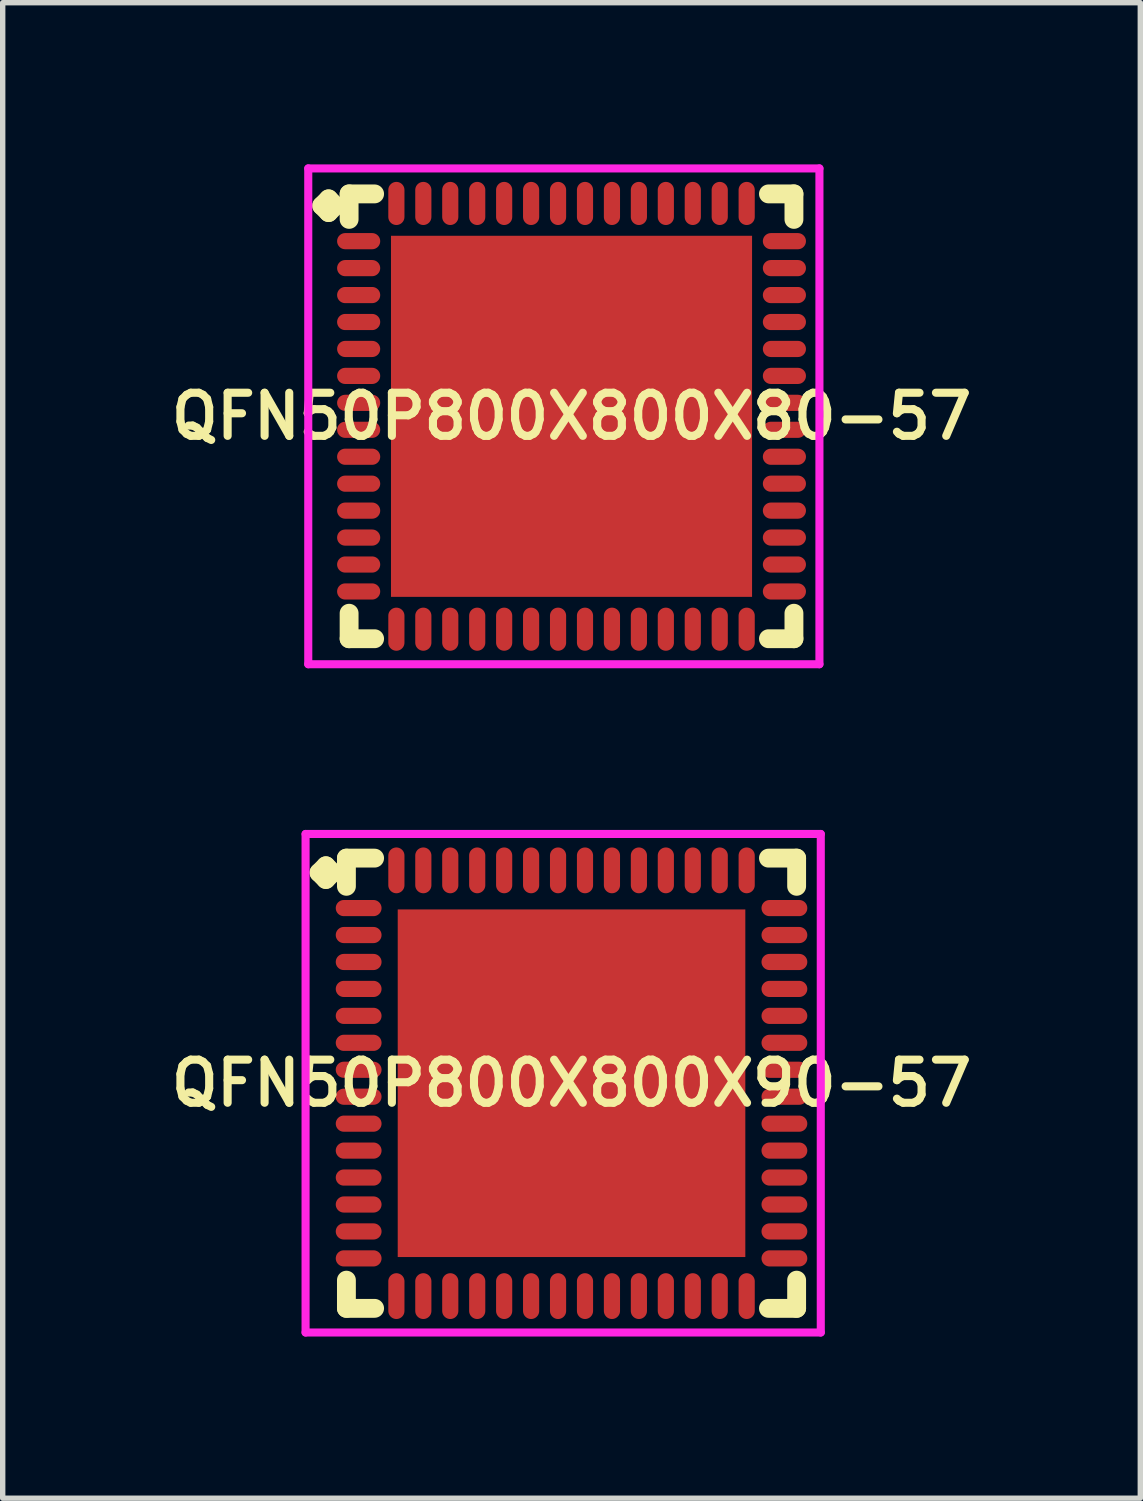
<source format=kicad_pcb>
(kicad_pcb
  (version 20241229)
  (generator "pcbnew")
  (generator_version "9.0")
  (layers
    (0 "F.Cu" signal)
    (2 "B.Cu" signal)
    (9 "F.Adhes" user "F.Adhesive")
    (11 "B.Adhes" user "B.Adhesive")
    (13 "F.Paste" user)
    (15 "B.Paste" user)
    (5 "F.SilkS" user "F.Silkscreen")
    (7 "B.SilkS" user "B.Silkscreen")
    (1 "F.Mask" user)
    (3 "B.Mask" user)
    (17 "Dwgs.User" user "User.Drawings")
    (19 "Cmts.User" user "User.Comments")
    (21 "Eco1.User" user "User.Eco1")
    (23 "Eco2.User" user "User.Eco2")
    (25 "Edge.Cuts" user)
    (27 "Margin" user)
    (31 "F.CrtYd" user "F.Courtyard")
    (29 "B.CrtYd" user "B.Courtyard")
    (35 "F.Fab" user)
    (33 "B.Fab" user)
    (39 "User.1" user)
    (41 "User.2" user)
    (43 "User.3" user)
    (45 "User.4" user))
  (footprint "QFN50P800X800X90-57"
    (layer "F.Cu")
    (at 7.555 17.05)
    (property "Reference" "QFN50P800X800X90-57" (at 0 0 0) (layer "F.SilkS") (effects (font (size 0.8 0.8) (thickness 0.15))))
    (attr smd)
    (fp_line (start -4.685 -3.908) (end -4.558 -4.035) (stroke (width 0.35) (type solid)) (layer "F.SilkS"))
    (fp_line (start -4.558 -4.035) (end -4.431 -3.908) (stroke (width 0.35) (type solid)) (layer "F.SilkS"))
    (fp_line (start -4.558 -3.781) (end -4.685 -3.908) (stroke (width 0.35) (type solid)) (layer "F.SilkS"))
    (fp_line (start -4.431 -3.908) (end -4.558 -3.781) (stroke (width 0.35) (type solid)) (layer "F.SilkS"))
    (fp_line (start -4.177 -4.177) (end -3.654 -4.177) (stroke (width 0.35) (type solid)) (layer "F.SilkS"))
    (fp_line (start -4.177 -3.654) (end -4.177 -4.177) (stroke (width 0.35) (type solid)) (layer "F.SilkS"))
    (fp_line (start -4.177 3.654) (end -4.177 4.177) (stroke (width 0.35) (type solid)) (layer "F.SilkS"))
    (fp_line (start -4.177 4.177) (end -3.654 4.177) (stroke (width 0.35) (type solid)) (layer "F.SilkS"))
    (fp_line (start 3.654 -4.177) (end 4.177 -4.177) (stroke (width 0.35) (type solid)) (layer "F.SilkS"))
    (fp_line (start 3.654 4.177) (end 4.177 4.177) (stroke (width 0.35) (type solid)) (layer "F.SilkS"))
    (fp_line (start 4.177 -4.177) (end 4.177 -3.654) (stroke (width 0.35) (type solid)) (layer "F.SilkS"))
    (fp_line (start 4.177 4.177) (end 4.177 3.654) (stroke (width 0.35) (type solid)) (layer "F.SilkS"))
    (fp_line (start -4.935 -4.625) (end 4.625 -4.625) (stroke (width 0.15) (type solid)) (layer "F.CrtYd"))
    (fp_line (start -4.935 4.625) (end -4.935 -4.625) (stroke (width 0.15) (type solid)) (layer "F.CrtYd"))
    (fp_line (start 4.625 -4.625) (end 4.625 4.625) (stroke (width 0.15) (type solid)) (layer "F.CrtYd"))
    (fp_line (start 4.625 4.625) (end -4.935 4.625) (stroke (width 0.15) (type solid)) (layer "F.CrtYd"))
    (pad "1" smd oval (at -3.95 -3.25) (size 0.85 0.3) (layers "F.Cu" "F.Mask" "F.Paste"))
    (pad "2" smd oval (at -3.95 -2.75) (size 0.85 0.3) (layers "F.Cu" "F.Mask" "F.Paste"))
    (pad "3" smd oval (at -3.95 -2.25) (size 0.85 0.3) (layers "F.Cu" "F.Mask" "F.Paste"))
    (pad "4" smd oval (at -3.95 -1.75) (size 0.85 0.3) (layers "F.Cu" "F.Mask" "F.Paste"))
    (pad "5" smd oval (at -3.95 -1.25) (size 0.85 0.3) (layers "F.Cu" "F.Mask" "F.Paste"))
    (pad "6" smd oval (at -3.95 -0.75) (size 0.85 0.3) (layers "F.Cu" "F.Mask" "F.Paste"))
    (pad "7" smd oval (at -3.95 -0.25) (size 0.85 0.3) (layers "F.Cu" "F.Mask" "F.Paste"))
    (pad "8" smd oval (at -3.95 0.25) (size 0.85 0.3) (layers "F.Cu" "F.Mask" "F.Paste"))
    (pad "9" smd oval (at -3.95 0.75) (size 0.85 0.3) (layers "F.Cu" "F.Mask" "F.Paste"))
    (pad "10" smd oval (at -3.95 1.25) (size 0.85 0.3) (layers "F.Cu" "F.Mask" "F.Paste"))
    (pad "11" smd oval (at -3.95 1.75) (size 0.85 0.3) (layers "F.Cu" "F.Mask" "F.Paste"))
    (pad "12" smd oval (at -3.95 2.25) (size 0.85 0.3) (layers "F.Cu" "F.Mask" "F.Paste"))
    (pad "13" smd oval (at -3.95 2.75) (size 0.85 0.3) (layers "F.Cu" "F.Mask" "F.Paste"))
    (pad "14" smd oval (at -3.95 3.25) (size 0.85 0.3) (layers "F.Cu" "F.Mask" "F.Paste"))
    (pad "15" smd oval (at -3.25 3.95) (size 0.3 0.85) (layers "F.Cu" "F.Mask" "F.Paste"))
    (pad "16" smd oval (at -2.75 3.95) (size 0.3 0.85) (layers "F.Cu" "F.Mask" "F.Paste"))
    (pad "17" smd oval (at -2.25 3.95) (size 0.3 0.85) (layers "F.Cu" "F.Mask" "F.Paste"))
    (pad "18" smd oval (at -1.75 3.95) (size 0.3 0.85) (layers "F.Cu" "F.Mask" "F.Paste"))
    (pad "19" smd oval (at -1.25 3.95) (size 0.3 0.85) (layers "F.Cu" "F.Mask" "F.Paste"))
    (pad "20" smd oval (at -0.75 3.95) (size 0.3 0.85) (layers "F.Cu" "F.Mask" "F.Paste"))
    (pad "21" smd oval (at -0.25 3.95) (size 0.3 0.85) (layers "F.Cu" "F.Mask" "F.Paste"))
    (pad "22" smd oval (at 0.25 3.95) (size 0.3 0.85) (layers "F.Cu" "F.Mask" "F.Paste"))
    (pad "23" smd oval (at 0.75 3.95) (size 0.3 0.85) (layers "F.Cu" "F.Mask" "F.Paste"))
    (pad "24" smd oval (at 1.25 3.95) (size 0.3 0.85) (layers "F.Cu" "F.Mask" "F.Paste"))
    (pad "25" smd oval (at 1.75 3.95) (size 0.3 0.85) (layers "F.Cu" "F.Mask" "F.Paste"))
    (pad "26" smd oval (at 2.25 3.95) (size 0.3 0.85) (layers "F.Cu" "F.Mask" "F.Paste"))
    (pad "27" smd oval (at 2.75 3.95) (size 0.3 0.85) (layers "F.Cu" "F.Mask" "F.Paste"))
    (pad "28" smd oval (at 3.25 3.95) (size 0.3 0.85) (layers "F.Cu" "F.Mask" "F.Paste"))
    (pad "29" smd oval (at 3.95 3.25) (size 0.85 0.3) (layers "F.Cu" "F.Mask" "F.Paste"))
    (pad "30" smd oval (at 3.95 2.75) (size 0.85 0.3) (layers "F.Cu" "F.Mask" "F.Paste"))
    (pad "31" smd oval (at 3.95 2.25) (size 0.85 0.3) (layers "F.Cu" "F.Mask" "F.Paste"))
    (pad "32" smd oval (at 3.95 1.75) (size 0.85 0.3) (layers "F.Cu" "F.Mask" "F.Paste"))
    (pad "33" smd oval (at 3.95 1.25) (size 0.85 0.3) (layers "F.Cu" "F.Mask" "F.Paste"))
    (pad "34" smd oval (at 3.95 0.75) (size 0.85 0.3) (layers "F.Cu" "F.Mask" "F.Paste"))
    (pad "35" smd oval (at 3.95 0.25) (size 0.85 0.3) (layers "F.Cu" "F.Mask" "F.Paste"))
    (pad "36" smd oval (at 3.95 -0.25) (size 0.85 0.3) (layers "F.Cu" "F.Mask" "F.Paste"))
    (pad "37" smd oval (at 3.95 -0.75) (size 0.85 0.3) (layers "F.Cu" "F.Mask" "F.Paste"))
    (pad "38" smd oval (at 3.95 -1.25) (size 0.85 0.3) (layers "F.Cu" "F.Mask" "F.Paste"))
    (pad "39" smd oval (at 3.95 -1.75) (size 0.85 0.3) (layers "F.Cu" "F.Mask" "F.Paste"))
    (pad "40" smd oval (at 3.95 -2.25) (size 0.85 0.3) (layers "F.Cu" "F.Mask" "F.Paste"))
    (pad "41" smd oval (at 3.95 -2.75) (size 0.85 0.3) (layers "F.Cu" "F.Mask" "F.Paste"))
    (pad "42" smd oval (at 3.95 -3.25) (size 0.85 0.3) (layers "F.Cu" "F.Mask" "F.Paste"))
    (pad "43" smd oval (at 3.25 -3.95) (size 0.3 0.85) (layers "F.Cu" "F.Mask" "F.Paste"))
    (pad "44" smd oval (at 2.75 -3.95) (size 0.3 0.85) (layers "F.Cu" "F.Mask" "F.Paste"))
    (pad "45" smd oval (at 2.25 -3.95) (size 0.3 0.85) (layers "F.Cu" "F.Mask" "F.Paste"))
    (pad "46" smd oval (at 1.75 -3.95) (size 0.3 0.85) (layers "F.Cu" "F.Mask" "F.Paste"))
    (pad "47" smd oval (at 1.25 -3.95) (size 0.3 0.85) (layers "F.Cu" "F.Mask" "F.Paste"))
    (pad "48" smd oval (at 0.75 -3.95) (size 0.3 0.85) (layers "F.Cu" "F.Mask" "F.Paste"))
    (pad "49" smd oval (at 0.25 -3.95) (size 0.3 0.85) (layers "F.Cu" "F.Mask" "F.Paste"))
    (pad "50" smd oval (at -0.25 -3.95) (size 0.3 0.85) (layers "F.Cu" "F.Mask" "F.Paste"))
    (pad "51" smd oval (at -0.75 -3.95) (size 0.3 0.85) (layers "F.Cu" "F.Mask" "F.Paste"))
    (pad "52" smd oval (at -1.25 -3.95) (size 0.3 0.85) (layers "F.Cu" "F.Mask" "F.Paste"))
    (pad "53" smd oval (at -1.75 -3.95) (size 0.3 0.85) (layers "F.Cu" "F.Mask" "F.Paste"))
    (pad "54" smd oval (at -2.25 -3.95) (size 0.3 0.85) (layers "F.Cu" "F.Mask" "F.Paste"))
    (pad "55" smd oval (at -2.75 -3.95) (size 0.3 0.85) (layers "F.Cu" "F.Mask" "F.Paste"))
    (pad "56" smd oval (at -3.25 -3.95) (size 0.3 0.85) (layers "F.Cu" "F.Mask" "F.Paste"))
    (pad "57" smd rect (at 0 0) (size 6.45 6.45) (layers "F.Cu" "F.Mask" "F.Paste")))
  (footprint "QFN50P800X800X80-57"
    (layer "F.Cu")
    (at 7.555 4.675)
    (property "Reference" "QFN50P800X800X80-57" (at 0 0 0) (layer "F.SilkS") (effects (font (size 0.8 0.8) (thickness 0.15))))
    (attr smd)
    (fp_line (start -4.635 -3.908) (end -4.508 -4.035) (stroke (width 0.35) (type solid)) (layer "F.SilkS"))
    (fp_line (start -4.508 -4.035) (end -4.381 -3.908) (stroke (width 0.35) (type solid)) (layer "F.SilkS"))
    (fp_line (start -4.508 -3.781) (end -4.635 -3.908) (stroke (width 0.35) (type solid)) (layer "F.SilkS"))
    (fp_line (start -4.381 -3.908) (end -4.508 -3.781) (stroke (width 0.35) (type solid)) (layer "F.SilkS"))
    (fp_line (start -4.127 -4.127) (end -3.654 -4.127) (stroke (width 0.35) (type solid)) (layer "F.SilkS"))
    (fp_line (start -4.127 -3.654) (end -4.127 -4.127) (stroke (width 0.35) (type solid)) (layer "F.SilkS"))
    (fp_line (start -4.127 3.654) (end -4.127 4.127) (stroke (width 0.35) (type solid)) (layer "F.SilkS"))
    (fp_line (start -4.127 4.127) (end -3.654 4.127) (stroke (width 0.35) (type solid)) (layer "F.SilkS"))
    (fp_line (start 3.654 -4.127) (end 4.127 -4.127) (stroke (width 0.35) (type solid)) (layer "F.SilkS"))
    (fp_line (start 3.654 4.127) (end 4.127 4.127) (stroke (width 0.35) (type solid)) (layer "F.SilkS"))
    (fp_line (start 4.127 -4.127) (end 4.127 -3.654) (stroke (width 0.35) (type solid)) (layer "F.SilkS"))
    (fp_line (start 4.127 4.127) (end 4.127 3.654) (stroke (width 0.35) (type solid)) (layer "F.SilkS"))
    (fp_line (start -4.885 -4.6) (end 4.6 -4.6) (stroke (width 0.15) (type solid)) (layer "F.CrtYd"))
    (fp_line (start -4.885 4.6) (end -4.885 -4.6) (stroke (width 0.15) (type solid)) (layer "F.CrtYd"))
    (fp_line (start 4.6 -4.6) (end 4.6 4.6) (stroke (width 0.15) (type solid)) (layer "F.CrtYd"))
    (fp_line (start 4.6 4.6) (end -4.885 4.6) (stroke (width 0.15) (type solid)) (layer "F.CrtYd"))
    (pad "1" smd oval (at -3.95 -3.25) (size 0.8 0.3) (layers "F.Cu" "F.Mask" "F.Paste"))
    (pad "2" smd oval (at -3.95 -2.75) (size 0.8 0.3) (layers "F.Cu" "F.Mask" "F.Paste"))
    (pad "3" smd oval (at -3.95 -2.25) (size 0.8 0.3) (layers "F.Cu" "F.Mask" "F.Paste"))
    (pad "4" smd oval (at -3.95 -1.75) (size 0.8 0.3) (layers "F.Cu" "F.Mask" "F.Paste"))
    (pad "5" smd oval (at -3.95 -1.25) (size 0.8 0.3) (layers "F.Cu" "F.Mask" "F.Paste"))
    (pad "6" smd oval (at -3.95 -0.75) (size 0.8 0.3) (layers "F.Cu" "F.Mask" "F.Paste"))
    (pad "7" smd oval (at -3.95 -0.25) (size 0.8 0.3) (layers "F.Cu" "F.Mask" "F.Paste"))
    (pad "8" smd oval (at -3.95 0.25) (size 0.8 0.3) (layers "F.Cu" "F.Mask" "F.Paste"))
    (pad "9" smd oval (at -3.95 0.75) (size 0.8 0.3) (layers "F.Cu" "F.Mask" "F.Paste"))
    (pad "10" smd oval (at -3.95 1.25) (size 0.8 0.3) (layers "F.Cu" "F.Mask" "F.Paste"))
    (pad "11" smd oval (at -3.95 1.75) (size 0.8 0.3) (layers "F.Cu" "F.Mask" "F.Paste"))
    (pad "12" smd oval (at -3.95 2.25) (size 0.8 0.3) (layers "F.Cu" "F.Mask" "F.Paste"))
    (pad "13" smd oval (at -3.95 2.75) (size 0.8 0.3) (layers "F.Cu" "F.Mask" "F.Paste"))
    (pad "14" smd oval (at -3.95 3.25) (size 0.8 0.3) (layers "F.Cu" "F.Mask" "F.Paste"))
    (pad "15" smd oval (at -3.25 3.95) (size 0.3 0.8) (layers "F.Cu" "F.Mask" "F.Paste"))
    (pad "16" smd oval (at -2.75 3.95) (size 0.3 0.8) (layers "F.Cu" "F.Mask" "F.Paste"))
    (pad "17" smd oval (at -2.25 3.95) (size 0.3 0.8) (layers "F.Cu" "F.Mask" "F.Paste"))
    (pad "18" smd oval (at -1.75 3.95) (size 0.3 0.8) (layers "F.Cu" "F.Mask" "F.Paste"))
    (pad "19" smd oval (at -1.25 3.95) (size 0.3 0.8) (layers "F.Cu" "F.Mask" "F.Paste"))
    (pad "20" smd oval (at -0.75 3.95) (size 0.3 0.8) (layers "F.Cu" "F.Mask" "F.Paste"))
    (pad "21" smd oval (at -0.25 3.95) (size 0.3 0.8) (layers "F.Cu" "F.Mask" "F.Paste"))
    (pad "22" smd oval (at 0.25 3.95) (size 0.3 0.8) (layers "F.Cu" "F.Mask" "F.Paste"))
    (pad "23" smd oval (at 0.75 3.95) (size 0.3 0.8) (layers "F.Cu" "F.Mask" "F.Paste"))
    (pad "24" smd oval (at 1.25 3.95) (size 0.3 0.8) (layers "F.Cu" "F.Mask" "F.Paste"))
    (pad "25" smd oval (at 1.75 3.95) (size 0.3 0.8) (layers "F.Cu" "F.Mask" "F.Paste"))
    (pad "26" smd oval (at 2.25 3.95) (size 0.3 0.8) (layers "F.Cu" "F.Mask" "F.Paste"))
    (pad "27" smd oval (at 2.75 3.95) (size 0.3 0.8) (layers "F.Cu" "F.Mask" "F.Paste"))
    (pad "28" smd oval (at 3.25 3.95) (size 0.3 0.8) (layers "F.Cu" "F.Mask" "F.Paste"))
    (pad "29" smd oval (at 3.95 3.25) (size 0.8 0.3) (layers "F.Cu" "F.Mask" "F.Paste"))
    (pad "30" smd oval (at 3.95 2.75) (size 0.8 0.3) (layers "F.Cu" "F.Mask" "F.Paste"))
    (pad "31" smd oval (at 3.95 2.25) (size 0.8 0.3) (layers "F.Cu" "F.Mask" "F.Paste"))
    (pad "32" smd oval (at 3.95 1.75) (size 0.8 0.3) (layers "F.Cu" "F.Mask" "F.Paste"))
    (pad "33" smd oval (at 3.95 1.25) (size 0.8 0.3) (layers "F.Cu" "F.Mask" "F.Paste"))
    (pad "34" smd oval (at 3.95 0.75) (size 0.8 0.3) (layers "F.Cu" "F.Mask" "F.Paste"))
    (pad "35" smd oval (at 3.95 0.25) (size 0.8 0.3) (layers "F.Cu" "F.Mask" "F.Paste"))
    (pad "36" smd oval (at 3.95 -0.25) (size 0.8 0.3) (layers "F.Cu" "F.Mask" "F.Paste"))
    (pad "37" smd oval (at 3.95 -0.75) (size 0.8 0.3) (layers "F.Cu" "F.Mask" "F.Paste"))
    (pad "38" smd oval (at 3.95 -1.25) (size 0.8 0.3) (layers "F.Cu" "F.Mask" "F.Paste"))
    (pad "39" smd oval (at 3.95 -1.75) (size 0.8 0.3) (layers "F.Cu" "F.Mask" "F.Paste"))
    (pad "40" smd oval (at 3.95 -2.25) (size 0.8 0.3) (layers "F.Cu" "F.Mask" "F.Paste"))
    (pad "41" smd oval (at 3.95 -2.75) (size 0.8 0.3) (layers "F.Cu" "F.Mask" "F.Paste"))
    (pad "42" smd oval (at 3.95 -3.25) (size 0.8 0.3) (layers "F.Cu" "F.Mask" "F.Paste"))
    (pad "43" smd oval (at 3.25 -3.95) (size 0.3 0.8) (layers "F.Cu" "F.Mask" "F.Paste"))
    (pad "44" smd oval (at 2.75 -3.95) (size 0.3 0.8) (layers "F.Cu" "F.Mask" "F.Paste"))
    (pad "45" smd oval (at 2.25 -3.95) (size 0.3 0.8) (layers "F.Cu" "F.Mask" "F.Paste"))
    (pad "46" smd oval (at 1.75 -3.95) (size 0.3 0.8) (layers "F.Cu" "F.Mask" "F.Paste"))
    (pad "47" smd oval (at 1.25 -3.95) (size 0.3 0.8) (layers "F.Cu" "F.Mask" "F.Paste"))
    (pad "48" smd oval (at 0.75 -3.95) (size 0.3 0.8) (layers "F.Cu" "F.Mask" "F.Paste"))
    (pad "49" smd oval (at 0.25 -3.95) (size 0.3 0.8) (layers "F.Cu" "F.Mask" "F.Paste"))
    (pad "50" smd oval (at -0.25 -3.95) (size 0.3 0.8) (layers "F.Cu" "F.Mask" "F.Paste"))
    (pad "51" smd oval (at -0.75 -3.95) (size 0.3 0.8) (layers "F.Cu" "F.Mask" "F.Paste"))
    (pad "52" smd oval (at -1.25 -3.95) (size 0.3 0.8) (layers "F.Cu" "F.Mask" "F.Paste"))
    (pad "53" smd oval (at -1.75 -3.95) (size 0.3 0.8) (layers "F.Cu" "F.Mask" "F.Paste"))
    (pad "54" smd oval (at -2.25 -3.95) (size 0.3 0.8) (layers "F.Cu" "F.Mask" "F.Paste"))
    (pad "55" smd oval (at -2.75 -3.95) (size 0.3 0.8) (layers "F.Cu" "F.Mask" "F.Paste"))
    (pad "56" smd oval (at -3.25 -3.95) (size 0.3 0.8) (layers "F.Cu" "F.Mask" "F.Paste"))
    (pad "57" smd rect (at 0 0) (size 6.7 6.7) (layers "F.Cu" "F.Mask" "F.Paste")))
  (gr_rect
    (start -3 -3)
    (end 18.109 24.75)
    (stroke (width 0.1) (type default))
    (fill no)
    (layer "Edge.Cuts")))
</source>
